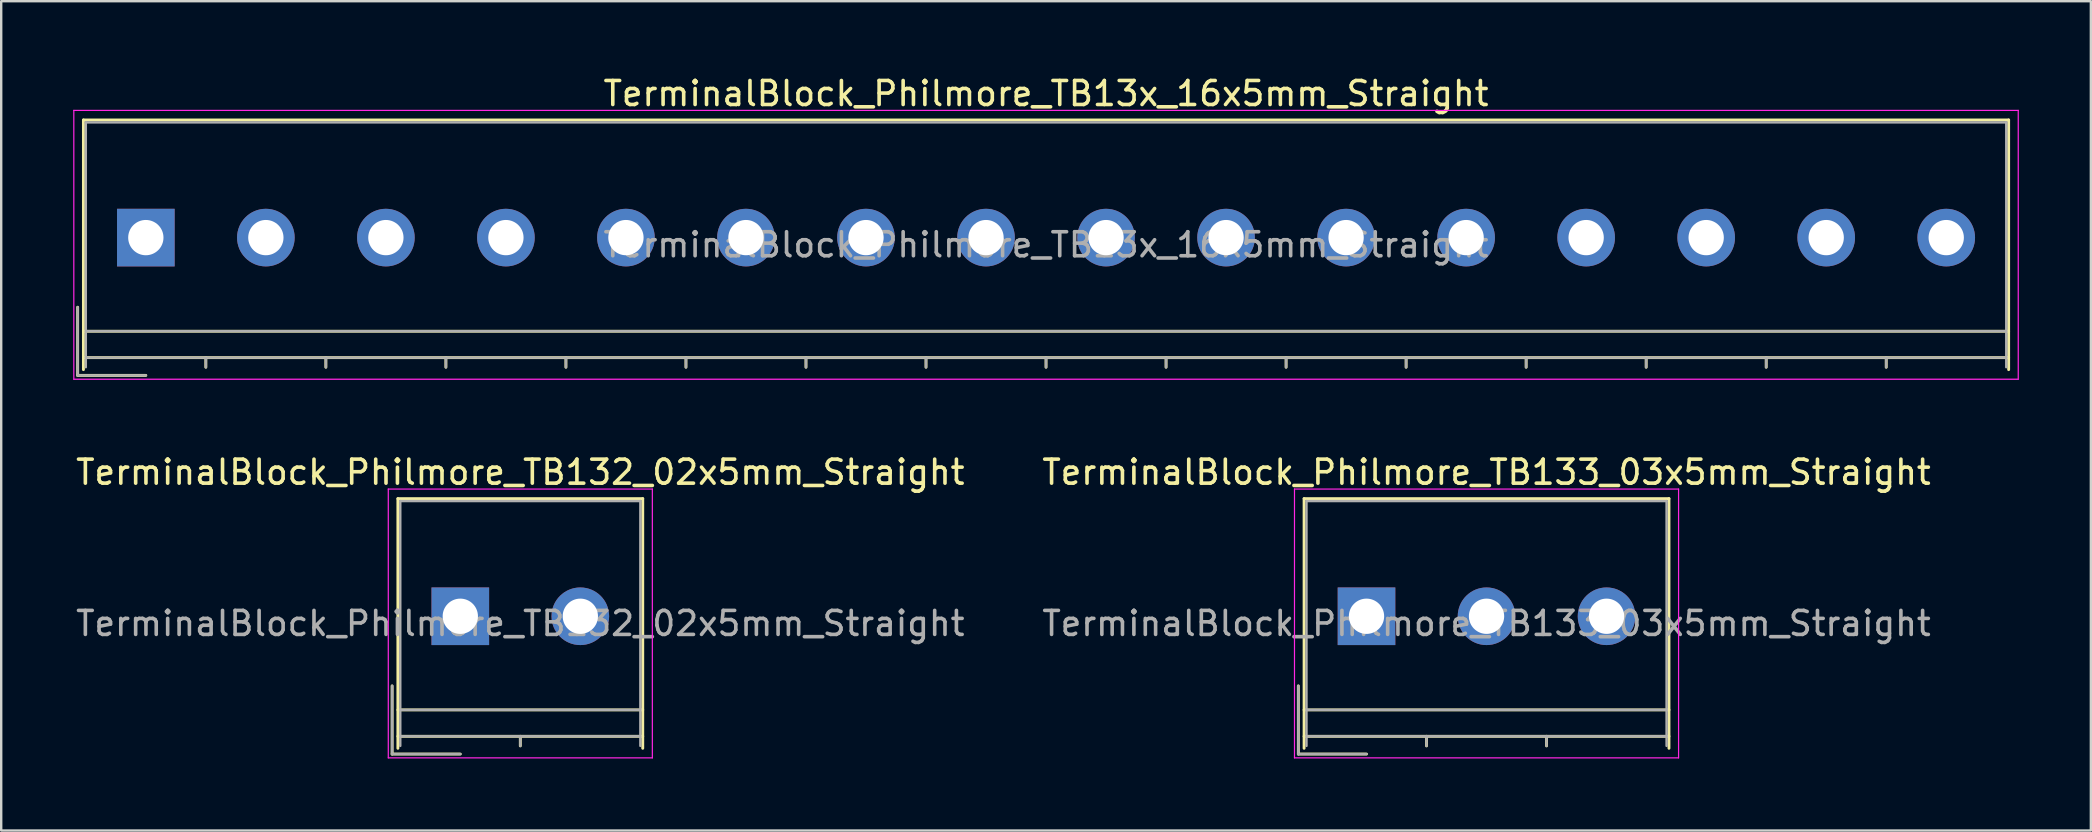
<source format=kicad_pcb>
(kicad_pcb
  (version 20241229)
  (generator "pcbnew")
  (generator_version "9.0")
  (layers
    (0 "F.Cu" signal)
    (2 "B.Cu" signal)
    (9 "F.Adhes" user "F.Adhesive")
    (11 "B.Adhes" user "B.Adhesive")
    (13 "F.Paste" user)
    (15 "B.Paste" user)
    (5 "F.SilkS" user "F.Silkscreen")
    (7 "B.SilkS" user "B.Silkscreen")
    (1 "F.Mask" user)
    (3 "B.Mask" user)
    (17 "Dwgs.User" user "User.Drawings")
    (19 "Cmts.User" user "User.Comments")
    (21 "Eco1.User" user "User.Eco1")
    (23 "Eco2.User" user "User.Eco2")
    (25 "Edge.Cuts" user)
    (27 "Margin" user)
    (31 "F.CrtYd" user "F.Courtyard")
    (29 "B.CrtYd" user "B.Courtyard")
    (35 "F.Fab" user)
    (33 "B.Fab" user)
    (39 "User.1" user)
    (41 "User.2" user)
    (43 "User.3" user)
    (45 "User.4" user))
  (footprint "TerminalBlock_Philmore_TB132_02x5mm_Straight"
    (layer "F.Cu")
    (at 16.125 22.622)
    (property "Reference" "TerminalBlock_Philmore_TB132_02x5mm_Straight" (at 2.5 -6 0) (layer "F.SilkS") (effects (font (size 1 1) (thickness 0.15))))
    (attr through_hole)
    (fp_line (start -2.84 2.9) (end -2.84 5.74) (stroke (width 0.12) (type solid)) (layer "F.SilkS"))
    (fp_line (start -2.84 5.74) (end 0 5.74) (stroke (width 0.12) (type solid)) (layer "F.SilkS"))
    (fp_line (start -2.6 -4.9) (end 7.6 -4.9) (stroke (width 0.12) (type solid)) (layer "F.SilkS"))
    (fp_line (start -2.6 3.9) (end 7.6 3.9) (stroke (width 0.12) (type solid)) (layer "F.SilkS"))
    (fp_line (start -2.6 5) (end 7.6 5) (stroke (width 0.12) (type solid)) (layer "F.SilkS"))
    (fp_line (start -2.6 5.5) (end -2.6 -4.9) (stroke (width 0.12) (type solid)) (layer "F.SilkS"))
    (fp_line (start 2.5 5) (end 2.5 5.4) (stroke (width 0.12) (type solid)) (layer "F.SilkS"))
    (fp_line (start 7.6 -4.9) (end 7.6 5.5) (stroke (width 0.12) (type solid)) (layer "F.SilkS"))
    (fp_line (start -3 -5.3) (end -3 5.9) (stroke (width 0.05) (type solid)) (layer "F.CrtYd"))
    (fp_line (start -3 5.9) (end 8 5.9) (stroke (width 0.05) (type solid)) (layer "F.CrtYd"))
    (fp_line (start 8 -5.3) (end -3 -5.3) (stroke (width 0.05) (type solid)) (layer "F.CrtYd"))
    (fp_line (start 8 5.9) (end 8 -5.3) (stroke (width 0.05) (type solid)) (layer "F.CrtYd"))
    (fp_line (start -2.84 2.9) (end -2.84 5.74) (stroke (width 0.1) (type solid)) (layer "F.Fab"))
    (fp_line (start -2.84 5.74) (end 0 5.74) (stroke (width 0.1) (type solid)) (layer "F.Fab"))
    (fp_line (start -2.5 -4.8) (end 7.5 -4.8) (stroke (width 0.1) (type solid)) (layer "F.Fab"))
    (fp_line (start -2.5 3.9) (end 7.5 3.9) (stroke (width 0.1) (type solid)) (layer "F.Fab"))
    (fp_line (start -2.5 5) (end 7.5 5) (stroke (width 0.1) (type solid)) (layer "F.Fab"))
    (fp_line (start -2.5 5.4) (end -2.5 -4.8) (stroke (width 0.1) (type solid)) (layer "F.Fab"))
    (fp_line (start 2.5 5) (end 2.5 5.4) (stroke (width 0.1) (type solid)) (layer "F.Fab"))
    (fp_line (start 7.5 -4.8) (end 7.5 5.4) (stroke (width 0.1) (type solid)) (layer "F.Fab"))
    (fp_text user "${REFERENCE}" (at 2.5 0.3 0) (layer "F.Fab") (effects (font (size 1 1) (thickness 0.15))))
    (pad "1" thru_hole rect (at 0 0) (size 2.4 2.4) (drill 1.47) (layers "*.Cu" "*.Mask"))
    (pad "2" thru_hole circle (at 5 0) (size 2.4 2.4) (drill 1.47) (layers "*.Cu" "*.Mask")))
  (footprint "TerminalBlock_Philmore_TB133_03x5mm_Straight"
    (layer "F.Cu")
    (at 53.875 22.622)
    (property "Reference" "TerminalBlock_Philmore_TB133_03x5mm_Straight" (at 5 -6 0) (layer "F.SilkS") (effects (font (size 1 1) (thickness 0.15))))
    (attr through_hole)
    (fp_line (start -2.84 2.9) (end -2.84 5.74) (stroke (width 0.12) (type solid)) (layer "F.SilkS"))
    (fp_line (start -2.84 5.74) (end 0 5.74) (stroke (width 0.12) (type solid)) (layer "F.SilkS"))
    (fp_line (start -2.6 -4.9) (end 12.6 -4.9) (stroke (width 0.12) (type solid)) (layer "F.SilkS"))
    (fp_line (start -2.6 3.9) (end 12.6 3.9) (stroke (width 0.12) (type solid)) (layer "F.SilkS"))
    (fp_line (start -2.6 5) (end 12.6 5) (stroke (width 0.12) (type solid)) (layer "F.SilkS"))
    (fp_line (start -2.6 5.5) (end -2.6 -4.9) (stroke (width 0.12) (type solid)) (layer "F.SilkS"))
    (fp_line (start 2.5 5) (end 2.5 5.4) (stroke (width 0.12) (type solid)) (layer "F.SilkS"))
    (fp_line (start 7.5 5) (end 7.5 5.4) (stroke (width 0.12) (type solid)) (layer "F.SilkS"))
    (fp_line (start 12.6 -4.9) (end 12.6 5.5) (stroke (width 0.12) (type solid)) (layer "F.SilkS"))
    (fp_line (start -3 -5.3) (end -3 5.9) (stroke (width 0.05) (type solid)) (layer "F.CrtYd"))
    (fp_line (start -3 5.9) (end 13 5.9) (stroke (width 0.05) (type solid)) (layer "F.CrtYd"))
    (fp_line (start 13 -5.3) (end -3 -5.3) (stroke (width 0.05) (type solid)) (layer "F.CrtYd"))
    (fp_line (start 13 5.9) (end 13 -5.3) (stroke (width 0.05) (type solid)) (layer "F.CrtYd"))
    (fp_line (start -2.84 2.9) (end -2.84 5.74) (stroke (width 0.1) (type solid)) (layer "F.Fab"))
    (fp_line (start -2.84 5.74) (end 0 5.74) (stroke (width 0.1) (type solid)) (layer "F.Fab"))
    (fp_line (start -2.5 -4.8) (end 12.5 -4.8) (stroke (width 0.1) (type solid)) (layer "F.Fab"))
    (fp_line (start -2.5 3.9) (end 12.5 3.9) (stroke (width 0.1) (type solid)) (layer "F.Fab"))
    (fp_line (start -2.5 5) (end 12.5 5) (stroke (width 0.1) (type solid)) (layer "F.Fab"))
    (fp_line (start -2.5 5.4) (end -2.5 -4.8) (stroke (width 0.1) (type solid)) (layer "F.Fab"))
    (fp_line (start 2.5 5) (end 2.5 5.4) (stroke (width 0.1) (type solid)) (layer "F.Fab"))
    (fp_line (start 7.5 5) (end 7.5 5.4) (stroke (width 0.1) (type solid)) (layer "F.Fab"))
    (fp_line (start 12.5 -4.8) (end 12.5 5.4) (stroke (width 0.1) (type solid)) (layer "F.Fab"))
    (fp_text user "${REFERENCE}" (at 5 0.3 0) (layer "F.Fab") (effects (font (size 1 1) (thickness 0.15))))
    (pad "1" thru_hole rect (at 0 0) (size 2.4 2.4) (drill 1.47) (layers "*.Cu" "*.Mask"))
    (pad "2" thru_hole circle (at 5 0) (size 2.4 2.4) (drill 1.47) (layers "*.Cu" "*.Mask"))
    (pad "3" thru_hole circle (at 10 0) (size 2.4 2.4) (drill 1.47) (layers "*.Cu" "*.Mask")))
  (footprint "TerminalBlock_Philmore_TB13x_16x5mm_Straight"
    (layer "F.Cu")
    (at 3.025 6.848)
    (property "Reference" "TerminalBlock_Philmore_TB13x_16x5mm_Straight" (at 37.5 -6 0) (layer "F.SilkS") (effects (font (size 1 1) (thickness 0.15))))
    (attr through_hole)
    (fp_line (start -2.84 2.9) (end -2.84 5.74) (stroke (width 0.12) (type solid)) (layer "F.SilkS"))
    (fp_line (start -2.84 5.74) (end 0 5.74) (stroke (width 0.12) (type solid)) (layer "F.SilkS"))
    (fp_line (start -2.6 -4.9) (end 77.6 -4.9) (stroke (width 0.12) (type solid)) (layer "F.SilkS"))
    (fp_line (start -2.6 3.9) (end 77.6 3.9) (stroke (width 0.12) (type solid)) (layer "F.SilkS"))
    (fp_line (start -2.6 5) (end 77.6 5) (stroke (width 0.12) (type solid)) (layer "F.SilkS"))
    (fp_line (start -2.6 5.5) (end -2.6 -4.9) (stroke (width 0.12) (type solid)) (layer "F.SilkS"))
    (fp_line (start 2.5 5) (end 2.5 5.4) (stroke (width 0.12) (type solid)) (layer "F.SilkS"))
    (fp_line (start 7.5 5) (end 7.5 5.4) (stroke (width 0.12) (type solid)) (layer "F.SilkS"))
    (fp_line (start 12.5 5) (end 12.5 5.4) (stroke (width 0.12) (type solid)) (layer "F.SilkS"))
    (fp_line (start 17.5 5) (end 17.5 5.4) (stroke (width 0.12) (type solid)) (layer "F.SilkS"))
    (fp_line (start 22.5 5) (end 22.5 5.4) (stroke (width 0.12) (type solid)) (layer "F.SilkS"))
    (fp_line (start 27.5 5) (end 27.5 5.4) (stroke (width 0.12) (type solid)) (layer "F.SilkS"))
    (fp_line (start 32.5 5) (end 32.5 5.4) (stroke (width 0.12) (type solid)) (layer "F.SilkS"))
    (fp_line (start 37.5 5) (end 37.5 5.4) (stroke (width 0.12) (type solid)) (layer "F.SilkS"))
    (fp_line (start 42.5 5) (end 42.5 5.4) (stroke (width 0.12) (type solid)) (layer "F.SilkS"))
    (fp_line (start 47.5 5) (end 47.5 5.4) (stroke (width 0.12) (type solid)) (layer "F.SilkS"))
    (fp_line (start 52.5 5) (end 52.5 5.4) (stroke (width 0.12) (type solid)) (layer "F.SilkS"))
    (fp_line (start 57.5 5) (end 57.5 5.4) (stroke (width 0.12) (type solid)) (layer "F.SilkS"))
    (fp_line (start 62.5 5) (end 62.5 5.4) (stroke (width 0.12) (type solid)) (layer "F.SilkS"))
    (fp_line (start 67.5 5) (end 67.5 5.4) (stroke (width 0.12) (type solid)) (layer "F.SilkS"))
    (fp_line (start 72.5 5) (end 72.5 5.4) (stroke (width 0.12) (type solid)) (layer "F.SilkS"))
    (fp_line (start 77.6 -4.9) (end 77.6 5.5) (stroke (width 0.12) (type solid)) (layer "F.SilkS"))
    (fp_line (start -3 -5.3) (end -3 5.9) (stroke (width 0.05) (type solid)) (layer "F.CrtYd"))
    (fp_line (start -3 5.9) (end 78 5.9) (stroke (width 0.05) (type solid)) (layer "F.CrtYd"))
    (fp_line (start 78 -5.3) (end -3 -5.3) (stroke (width 0.05) (type solid)) (layer "F.CrtYd"))
    (fp_line (start 78 5.9) (end 78 -5.3) (stroke (width 0.05) (type solid)) (layer "F.CrtYd"))
    (fp_line (start -2.84 2.9) (end -2.84 5.74) (stroke (width 0.1) (type solid)) (layer "F.Fab"))
    (fp_line (start -2.84 5.74) (end 0 5.74) (stroke (width 0.1) (type solid)) (layer "F.Fab"))
    (fp_line (start -2.5 -4.8) (end 77.5 -4.8) (stroke (width 0.1) (type solid)) (layer "F.Fab"))
    (fp_line (start -2.5 3.9) (end 77.5 3.9) (stroke (width 0.1) (type solid)) (layer "F.Fab"))
    (fp_line (start -2.5 5) (end 77.5 5) (stroke (width 0.1) (type solid)) (layer "F.Fab"))
    (fp_line (start -2.5 5.4) (end -2.5 -4.8) (stroke (width 0.1) (type solid)) (layer "F.Fab"))
    (fp_line (start 2.5 5) (end 2.5 5.4) (stroke (width 0.1) (type solid)) (layer "F.Fab"))
    (fp_line (start 7.5 5) (end 7.5 5.4) (stroke (width 0.1) (type solid)) (layer "F.Fab"))
    (fp_line (start 12.5 5) (end 12.5 5.4) (stroke (width 0.1) (type solid)) (layer "F.Fab"))
    (fp_line (start 17.5 5) (end 17.5 5.4) (stroke (width 0.1) (type solid)) (layer "F.Fab"))
    (fp_line (start 22.5 5) (end 22.5 5.4) (stroke (width 0.1) (type solid)) (layer "F.Fab"))
    (fp_line (start 27.5 5) (end 27.5 5.4) (stroke (width 0.1) (type solid)) (layer "F.Fab"))
    (fp_line (start 32.5 5) (end 32.5 5.4) (stroke (width 0.1) (type solid)) (layer "F.Fab"))
    (fp_line (start 37.5 5) (end 37.5 5.4) (stroke (width 0.1) (type solid)) (layer "F.Fab"))
    (fp_line (start 42.5 5) (end 42.5 5.4) (stroke (width 0.1) (type solid)) (layer "F.Fab"))
    (fp_line (start 47.5 5) (end 47.5 5.4) (stroke (width 0.1) (type solid)) (layer "F.Fab"))
    (fp_line (start 52.5 5) (end 52.5 5.4) (stroke (width 0.1) (type solid)) (layer "F.Fab"))
    (fp_line (start 57.5 5) (end 57.5 5.4) (stroke (width 0.1) (type solid)) (layer "F.Fab"))
    (fp_line (start 62.5 5) (end 62.5 5.4) (stroke (width 0.1) (type solid)) (layer "F.Fab"))
    (fp_line (start 67.5 5) (end 67.5 5.4) (stroke (width 0.1) (type solid)) (layer "F.Fab"))
    (fp_line (start 72.5 5) (end 72.5 5.4) (stroke (width 0.1) (type solid)) (layer "F.Fab"))
    (fp_line (start 77.5 -4.8) (end 77.5 5.4) (stroke (width 0.1) (type solid)) (layer "F.Fab"))
    (fp_text user "${REFERENCE}" (at 37.5 0.3 0) (layer "F.Fab") (effects (font (size 1 1) (thickness 0.15))))
    (pad "1" thru_hole rect (at 0 0) (size 2.4 2.4) (drill 1.47) (layers "*.Cu" "*.Mask"))
    (pad "2" thru_hole circle (at 5 0) (size 2.4 2.4) (drill 1.47) (layers "*.Cu" "*.Mask"))
    (pad "3" thru_hole circle (at 10 0) (size 2.4 2.4) (drill 1.47) (layers "*.Cu" "*.Mask"))
    (pad "4" thru_hole circle (at 15 0) (size 2.4 2.4) (drill 1.47) (layers "*.Cu" "*.Mask"))
    (pad "5" thru_hole circle (at 20 0) (size 2.4 2.4) (drill 1.47) (layers "*.Cu" "*.Mask"))
    (pad "6" thru_hole circle (at 25 0) (size 2.4 2.4) (drill 1.47) (layers "*.Cu" "*.Mask"))
    (pad "7" thru_hole circle (at 30 0) (size 2.4 2.4) (drill 1.47) (layers "*.Cu" "*.Mask"))
    (pad "8" thru_hole circle (at 35 0) (size 2.4 2.4) (drill 1.47) (layers "*.Cu" "*.Mask"))
    (pad "9" thru_hole circle (at 40 0) (size 2.4 2.4) (drill 1.47) (layers "*.Cu" "*.Mask"))
    (pad "10" thru_hole circle (at 45 0) (size 2.4 2.4) (drill 1.47) (layers "*.Cu" "*.Mask"))
    (pad "11" thru_hole circle (at 50 0) (size 2.4 2.4) (drill 1.47) (layers "*.Cu" "*.Mask"))
    (pad "12" thru_hole circle (at 55 0) (size 2.4 2.4) (drill 1.47) (layers "*.Cu" "*.Mask"))
    (pad "13" thru_hole circle (at 60 0) (size 2.4 2.4) (drill 1.47) (layers "*.Cu" "*.Mask"))
    (pad "14" thru_hole circle (at 65 0) (size 2.4 2.4) (drill 1.47) (layers "*.Cu" "*.Mask"))
    (pad "15" thru_hole circle (at 70 0) (size 2.4 2.4) (drill 1.47) (layers "*.Cu" "*.Mask"))
    (pad "16" thru_hole circle (at 75 0) (size 2.4 2.4) (drill 1.47) (layers "*.Cu" "*.Mask")))
  (gr_rect
    (start -3 -3)
    (end 84.05 31.547)
    (stroke (width 0.1) (type default))
    (fill no)
    (layer "Edge.Cuts")))
</source>
